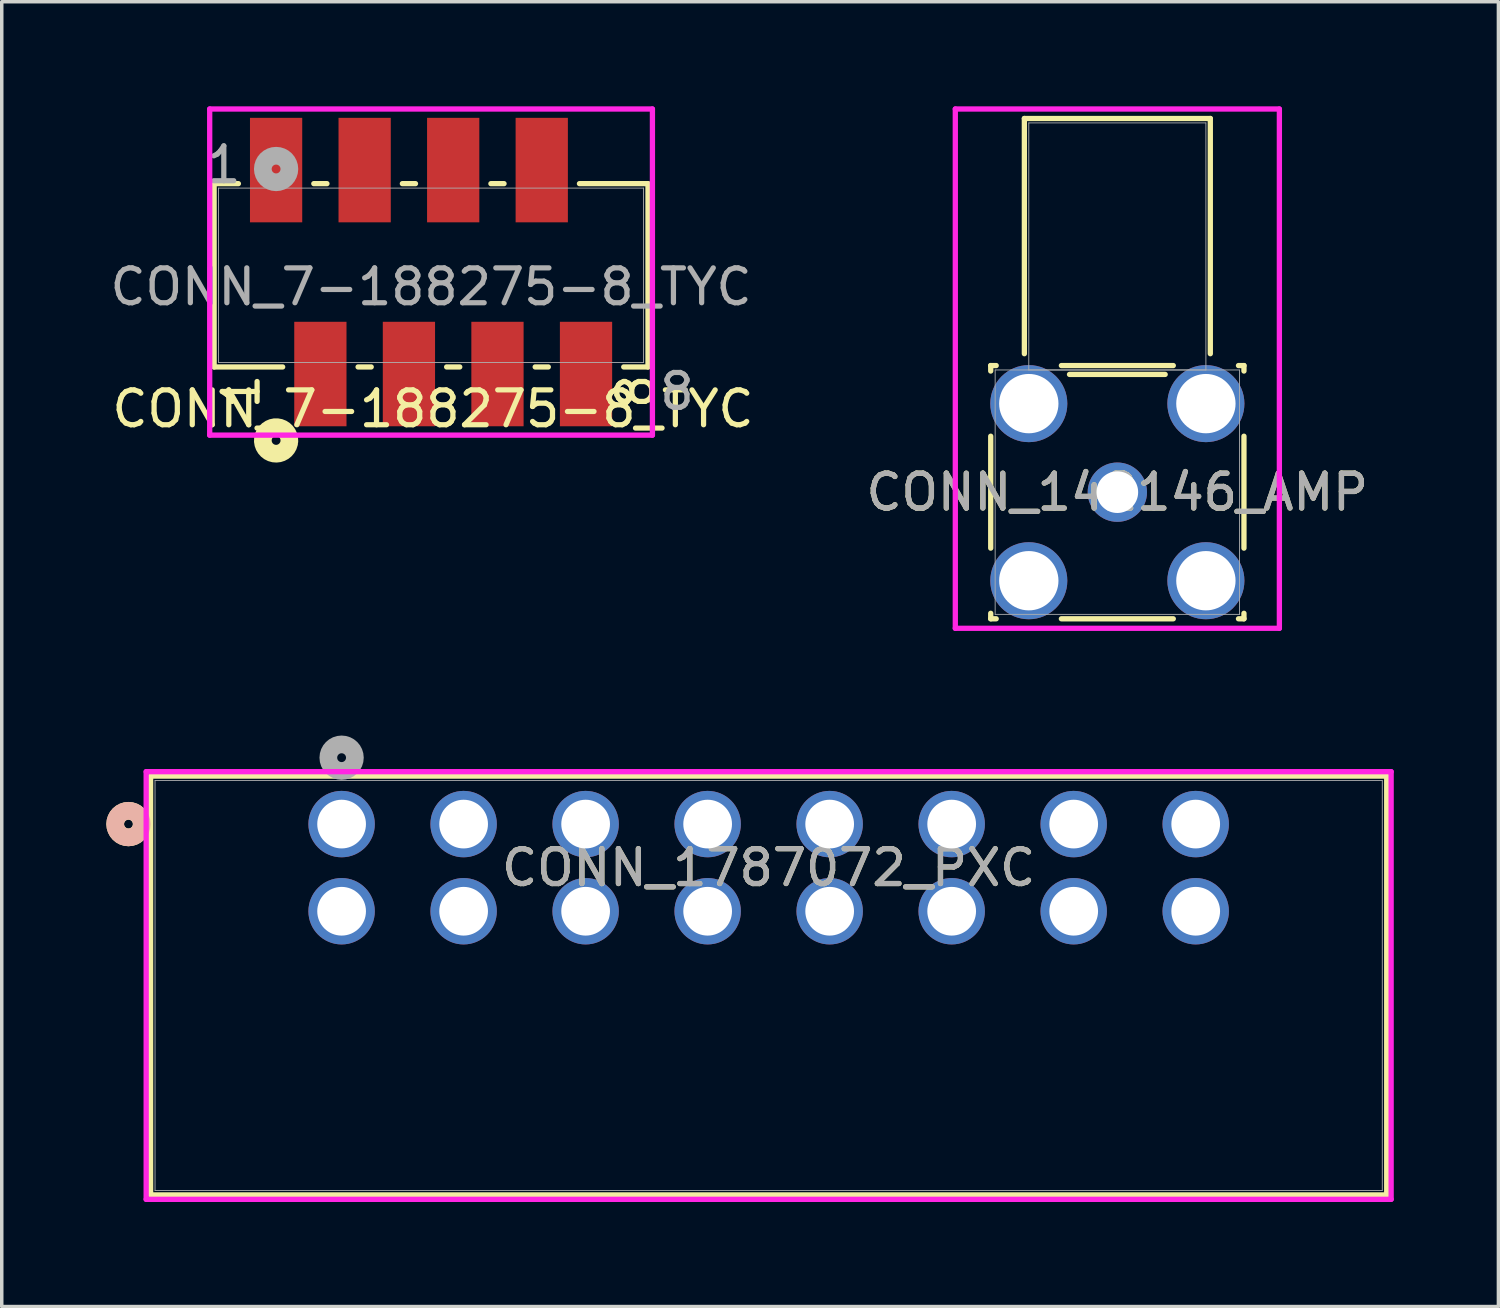
<source format=kicad_pcb>
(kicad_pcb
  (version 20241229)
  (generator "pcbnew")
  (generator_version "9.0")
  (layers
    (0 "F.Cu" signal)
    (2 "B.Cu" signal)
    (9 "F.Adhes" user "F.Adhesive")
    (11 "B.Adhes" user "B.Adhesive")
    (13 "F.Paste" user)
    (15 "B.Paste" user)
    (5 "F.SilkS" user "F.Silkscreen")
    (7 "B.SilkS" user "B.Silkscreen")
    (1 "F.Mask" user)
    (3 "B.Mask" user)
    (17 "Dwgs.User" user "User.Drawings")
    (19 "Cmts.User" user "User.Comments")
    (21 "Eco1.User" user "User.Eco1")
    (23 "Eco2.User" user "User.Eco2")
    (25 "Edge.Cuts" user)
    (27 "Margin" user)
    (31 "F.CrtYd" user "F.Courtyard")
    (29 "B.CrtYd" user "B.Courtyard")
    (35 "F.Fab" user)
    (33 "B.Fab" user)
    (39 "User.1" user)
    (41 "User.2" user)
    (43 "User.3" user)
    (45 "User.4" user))
  (footprint "CONN_7-188275-8_TYC"
    (layer "F.Cu")
    (at 4.87 7.679)
    (property "Reference" "CONN_7-188275-8_TYC" (at 4.5 1 0) (unlocked yes) (layer "F.SilkS") (effects (font (size 1 1) (thickness 0.15))))
    (attr smd)
    (fp_line (start -1.778 -5.461) (end -1.778 -0.203) (stroke (width 0.152) (type solid)) (layer "F.SilkS"))
    (fp_line (start -1.778 -0.203) (end 0.188 -0.203) (stroke (width 0.152) (type solid)) (layer "F.SilkS"))
    (fp_line (start -1.082 -5.461) (end -1.778 -5.461) (stroke (width 0.152) (type solid)) (layer "F.SilkS"))
    (fp_line (start 1.458 -5.461) (end 1.082 -5.461) (stroke (width 0.152) (type solid)) (layer "F.SilkS"))
    (fp_line (start 2.352 -0.203) (end 2.728 -0.203) (stroke (width 0.152) (type solid)) (layer "F.SilkS"))
    (fp_line (start 3.998 -5.461) (end 3.622 -5.461) (stroke (width 0.152) (type solid)) (layer "F.SilkS"))
    (fp_line (start 4.892 -0.203) (end 5.268 -0.203) (stroke (width 0.152) (type solid)) (layer "F.SilkS"))
    (fp_line (start 6.538 -5.461) (end 6.162 -5.461) (stroke (width 0.152) (type solid)) (layer "F.SilkS"))
    (fp_line (start 7.432 -0.203) (end 7.808 -0.203) (stroke (width 0.152) (type solid)) (layer "F.SilkS"))
    (fp_line (start 9.972 -0.203) (end 10.668 -0.203) (stroke (width 0.152) (type solid)) (layer "F.SilkS"))
    (fp_line (start 10.668 -5.461) (end 8.702 -5.461) (stroke (width 0.152) (type solid)) (layer "F.SilkS"))
    (fp_line (start 10.668 -0.203) (end 10.668 -5.461) (stroke (width 0.152) (type solid)) (layer "F.SilkS"))
    (fp_arc (start 0.372066 1.987025) (mid -0.377799 1.855715) (end 0.380657 1.92117) (stroke (width 0.508) (type solid)) (layer "F.SilkS"))
    (fp_line (start -1.905 -7.602) (end -1.905 1.753) (stroke (width 0.152) (type solid)) (layer "F.CrtYd"))
    (fp_line (start -1.905 1.753) (end 10.795 1.753) (stroke (width 0.152) (type solid)) (layer "F.CrtYd"))
    (fp_line (start 10.795 -7.602) (end -1.905 -7.602) (stroke (width 0.152) (type solid)) (layer "F.CrtYd"))
    (fp_line (start 10.795 1.753) (end 10.795 -7.602) (stroke (width 0.152) (type solid)) (layer "F.CrtYd"))
    (fp_line (start -1.651 -5.334) (end -1.651 -0.33) (stroke (width 0.025) (type solid)) (layer "F.Fab"))
    (fp_line (start -1.651 -0.33) (end 10.541 -0.33) (stroke (width 0.025) (type solid)) (layer "F.Fab"))
    (fp_line (start 10.541 -5.334) (end -1.651 -5.334) (stroke (width 0.025) (type solid)) (layer "F.Fab"))
    (fp_line (start 10.541 -0.33) (end 10.541 -5.334) (stroke (width 0.025) (type solid)) (layer "F.Fab"))
    (fp_circle (center 0 -5.881) (end 0.381 -5.881) (stroke (width 0.508) (type solid)) (fill no) (layer "F.Fab"))
    (fp_text user "8" (at 10.32 0.5 90) (unlocked yes) (layer "F.SilkS") (effects (font (size 1 1) (thickness 0.15))))
    (fp_text user "1" (at -1 0.5 90) (unlocked yes) (layer "F.SilkS") (effects (font (size 1 1) (thickness 0.15))))
    (fp_text user "1" (at -1.5 -6 0) (unlocked yes) (layer "F.Fab") (effects (font (size 1 1) (thickness 0.15))))
    (fp_text user "${REFERENCE}" (at 4.445 -2.5 0) (unlocked yes) (layer "F.Fab") (effects (font (size 1 1) (thickness 0.15))))
    (fp_text user "8" (at 11.5 0.5 0) (unlocked yes) (layer "F.Fab") (effects (font (size 1 1) (thickness 0.15))))
    (pad "1" smd rect (at 0 -5.85) (size 1.499 2.997) (layers "F.Cu" "F.Mask" "F.Paste"))
    (pad "2" smd rect (at 1.27 0) (size 1.499 2.997) (layers "F.Cu" "F.Mask" "F.Paste"))
    (pad "3" smd rect (at 2.54 -5.85) (size 1.499 2.997) (layers "F.Cu" "F.Mask" "F.Paste"))
    (pad "4" smd rect (at 3.81 0) (size 1.499 2.997) (layers "F.Cu" "F.Mask" "F.Paste"))
    (pad "5" smd rect (at 5.08 -5.85) (size 1.499 2.997) (layers "F.Cu" "F.Mask" "F.Paste"))
    (pad "6" smd rect (at 6.35 0) (size 1.499 2.997) (layers "F.Cu" "F.Mask" "F.Paste"))
    (pad "7" smd rect (at 7.62 -5.85) (size 1.499 2.997) (layers "F.Cu" "F.Mask" "F.Paste"))
    (pad "8" smd rect (at 8.89 0) (size 1.499 2.997) (layers "F.Cu" "F.Mask" "F.Paste")))
  (footprint "CONN_142146_AMP"
    (layer "F.Cu")
    (at 29.001 11.068)
    (property "Reference" "CONN_142146_AMP" (at 0 0 0) (unlocked yes) (layer "F.SilkS") (effects (font (size 1 1) (thickness 0.15))))
    (attr through_hole)
    (fp_line (start -3.632 -3.632) (end -3.632 -3.475) (stroke (width 0.152) (type solid)) (layer "F.SilkS"))
    (fp_line (start -3.632 -1.605) (end -3.632 1.605) (stroke (width 0.152) (type solid)) (layer "F.SilkS"))
    (fp_line (start -3.632 3.475) (end -3.632 3.632) (stroke (width 0.152) (type solid)) (layer "F.SilkS"))
    (fp_line (start -3.632 3.632) (end -3.475 3.632) (stroke (width 0.152) (type solid)) (layer "F.SilkS"))
    (fp_line (start -3.475 -3.632) (end -3.632 -3.632) (stroke (width 0.152) (type solid)) (layer "F.SilkS"))
    (fp_line (start -2.667 -10.719) (end -2.667 -3.972) (stroke (width 0.152) (type solid)) (layer "F.SilkS"))
    (fp_line (start -1.605 3.632) (end 1.605 3.632) (stroke (width 0.152) (type solid)) (layer "F.SilkS"))
    (fp_line (start -1.372 -3.378) (end 1.372 -3.378) (stroke (width 0.152) (type solid)) (layer "F.SilkS"))
    (fp_line (start 1.605 -3.632) (end -1.605 -3.632) (stroke (width 0.152) (type solid)) (layer "F.SilkS"))
    (fp_line (start 2.667 -10.719) (end -2.667 -10.719) (stroke (width 0.152) (type solid)) (layer "F.SilkS"))
    (fp_line (start 2.667 -3.972) (end 2.667 -10.719) (stroke (width 0.152) (type solid)) (layer "F.SilkS"))
    (fp_line (start 3.475 3.632) (end 3.632 3.632) (stroke (width 0.152) (type solid)) (layer "F.SilkS"))
    (fp_line (start 3.632 -3.632) (end 3.475 -3.632) (stroke (width 0.152) (type solid)) (layer "F.SilkS"))
    (fp_line (start 3.632 -3.475) (end 3.632 -3.632) (stroke (width 0.152) (type solid)) (layer "F.SilkS"))
    (fp_line (start 3.632 1.605) (end 3.632 -1.605) (stroke (width 0.152) (type solid)) (layer "F.SilkS"))
    (fp_line (start 3.632 3.632) (end 3.632 3.475) (stroke (width 0.152) (type solid)) (layer "F.SilkS"))
    (fp_line (start -4.648 -10.991) (end 4.648 -10.991) (stroke (width 0.152) (type solid)) (layer "F.CrtYd"))
    (fp_line (start -4.648 3.905) (end -4.648 -10.991) (stroke (width 0.152) (type solid)) (layer "F.CrtYd"))
    (fp_line (start 4.648 -10.991) (end 4.648 3.905) (stroke (width 0.152) (type solid)) (layer "F.CrtYd"))
    (fp_line (start 4.648 3.905) (end -4.648 3.905) (stroke (width 0.152) (type solid)) (layer "F.CrtYd"))
    (fp_line (start -3.505 -3.505) (end -3.505 3.505) (stroke (width 0.025) (type solid)) (layer "F.Fab"))
    (fp_line (start -3.505 3.505) (end 3.505 3.505) (stroke (width 0.025) (type solid)) (layer "F.Fab"))
    (fp_line (start -2.54 -10.592) (end -2.54 -3.505) (stroke (width 0.025) (type solid)) (layer "F.Fab"))
    (fp_line (start -2.54 -3.505) (end 2.54 -3.505) (stroke (width 0.025) (type solid)) (layer "F.Fab"))
    (fp_line (start 2.54 -10.592) (end -2.54 -10.592) (stroke (width 0.025) (type solid)) (layer "F.Fab"))
    (fp_line (start 2.54 -3.505) (end 2.54 -10.592) (stroke (width 0.025) (type solid)) (layer "F.Fab"))
    (fp_line (start 3.505 -3.505) (end -3.505 -3.505) (stroke (width 0.025) (type solid)) (layer "F.Fab"))
    (fp_line (start 3.505 3.505) (end 3.505 -3.505) (stroke (width 0.025) (type solid)) (layer "F.Fab"))
    (fp_circle (center 3.124 0) (end 3.124 0) (stroke (width 0.025) (type solid)) (fill no) (layer "F.Fab"))
    (fp_text user "${REFERENCE}" (at 0 0 0) (unlocked yes) (layer "F.Fab") (effects (font (size 1 1) (thickness 0.15))))
    (pad "1" thru_hole circle (at 0 0) (size 1.702 1.702) (drill 1.194) (layers "*.Cu" "*.Mask"))
    (pad "2" thru_hole circle (at -2.54 -2.54) (size 2.21 2.21) (drill 1.702) (layers "*.Cu" "*.Mask"))
    (pad "3" thru_hole circle (at -2.54 2.54) (size 2.21 2.21) (drill 1.702) (layers "*.Cu" "*.Mask"))
    (pad "4" thru_hole circle (at 2.54 2.54) (size 2.21 2.21) (drill 1.702) (layers "*.Cu" "*.Mask"))
    (pad "5" thru_hole circle (at 2.54 -2.54) (size 2.21 2.21) (drill 1.702) (layers "*.Cu" "*.Mask")))
  (footprint "CONN_1787072_PXC"
    (layer "F.Cu")
    (at 6.749 20.589)
    (property "Reference" "CONN_1787072_PXC" (at 12.25 1.25 0) (unlocked yes) (layer "F.SilkS") (effects (font (size 1 1) (thickness 0.15))))
    (attr through_hole)
    (fp_line (start -5.479 -1.377) (end -5.479 10.637) (stroke (width 0.152) (type solid)) (layer "F.SilkS"))
    (fp_line (start -5.479 10.637) (end 29.979 10.637) (stroke (width 0.152) (type solid)) (layer "F.SilkS"))
    (fp_line (start 29.979 -1.377) (end -5.479 -1.377) (stroke (width 0.152) (type solid)) (layer "F.SilkS"))
    (fp_line (start 29.979 10.637) (end 29.979 -1.377) (stroke (width 0.152) (type solid)) (layer "F.SilkS"))
    (fp_circle (center -6.114 0) (end -5.733 0) (stroke (width 0.508) (type solid)) (fill no) (layer "F.SilkS"))
    (fp_circle (center -6.114 0) (end -5.733 0) (stroke (width 0.508) (type solid)) (fill no) (layer "B.SilkS"))
    (fp_line (start -5.606 -1.504) (end -5.606 10.764) (stroke (width 0.152) (type solid)) (layer "F.CrtYd"))
    (fp_line (start -5.606 10.764) (end 30.106 10.764) (stroke (width 0.152) (type solid)) (layer "F.CrtYd"))
    (fp_line (start 30.106 -1.504) (end -5.606 -1.504) (stroke (width 0.152) (type solid)) (layer "F.CrtYd"))
    (fp_line (start 30.106 10.764) (end 30.106 -1.504) (stroke (width 0.152) (type solid)) (layer "F.CrtYd"))
    (fp_line (start -5.352 -1.25) (end -5.352 10.51) (stroke (width 0.025) (type solid)) (layer "F.Fab"))
    (fp_line (start -5.352 10.51) (end 29.852 10.51) (stroke (width 0.025) (type solid)) (layer "F.Fab"))
    (fp_line (start 29.852 -1.25) (end -5.352 -1.25) (stroke (width 0.025) (type solid)) (layer "F.Fab"))
    (fp_line (start 29.852 10.51) (end 29.852 -1.25) (stroke (width 0.025) (type solid)) (layer "F.Fab"))
    (fp_circle (center 0 -1.905) (end 0.381 -1.905) (stroke (width 0.508) (type solid)) (fill no) (layer "F.Fab"))
    (fp_text user "${REFERENCE}" (at 12.25 1.25 0) (unlocked yes) (layer "F.Fab") (effects (font (size 1 1) (thickness 0.15))))
    (pad "1" thru_hole circle (at 0 0) (size 1.905 1.905) (drill 1.397) (layers "*.Cu" "*.Mask"))
    (pad "2" thru_hole circle (at 3.5 0) (size 1.905 1.905) (drill 1.397) (layers "*.Cu" "*.Mask"))
    (pad "3" thru_hole circle (at 7 0) (size 1.905 1.905) (drill 1.397) (layers "*.Cu" "*.Mask"))
    (pad "4" thru_hole circle (at 10.5 0) (size 1.905 1.905) (drill 1.397) (layers "*.Cu" "*.Mask"))
    (pad "5" thru_hole circle (at 14 0) (size 1.905 1.905) (drill 1.397) (layers "*.Cu" "*.Mask"))
    (pad "6" thru_hole circle (at 17.5 0) (size 1.905 1.905) (drill 1.397) (layers "*.Cu" "*.Mask"))
    (pad "7" thru_hole circle (at 21 0) (size 1.905 1.905) (drill 1.397) (layers "*.Cu" "*.Mask"))
    (pad "8" thru_hole circle (at 24.5 0) (size 1.905 1.905) (drill 1.397) (layers "*.Cu" "*.Mask"))
    (pad "9" thru_hole circle (at 0 2.5) (size 1.905 1.905) (drill 1.397) (layers "*.Cu" "*.Mask"))
    (pad "10" thru_hole circle (at 3.5 2.5) (size 1.905 1.905) (drill 1.397) (layers "*.Cu" "*.Mask"))
    (pad "11" thru_hole circle (at 7 2.5) (size 1.905 1.905) (drill 1.397) (layers "*.Cu" "*.Mask"))
    (pad "12" thru_hole circle (at 10.5 2.5) (size 1.905 1.905) (drill 1.397) (layers "*.Cu" "*.Mask"))
    (pad "13" thru_hole circle (at 14 2.5) (size 1.905 1.905) (drill 1.397) (layers "*.Cu" "*.Mask"))
    (pad "14" thru_hole circle (at 17.5 2.5) (size 1.905 1.905) (drill 1.397) (layers "*.Cu" "*.Mask"))
    (pad "15" thru_hole circle (at 21 2.5) (size 1.905 1.905) (drill 1.397) (layers "*.Cu" "*.Mask"))
    (pad "16" thru_hole circle (at 24.5 2.5) (size 1.905 1.905) (drill 1.397) (layers "*.Cu" "*.Mask")))
  (gr_rect
    (start -3 -3)
    (end 39.932 34.429)
    (stroke (width 0.1) (type default))
    (fill no)
    (layer "Edge.Cuts")))
</source>
